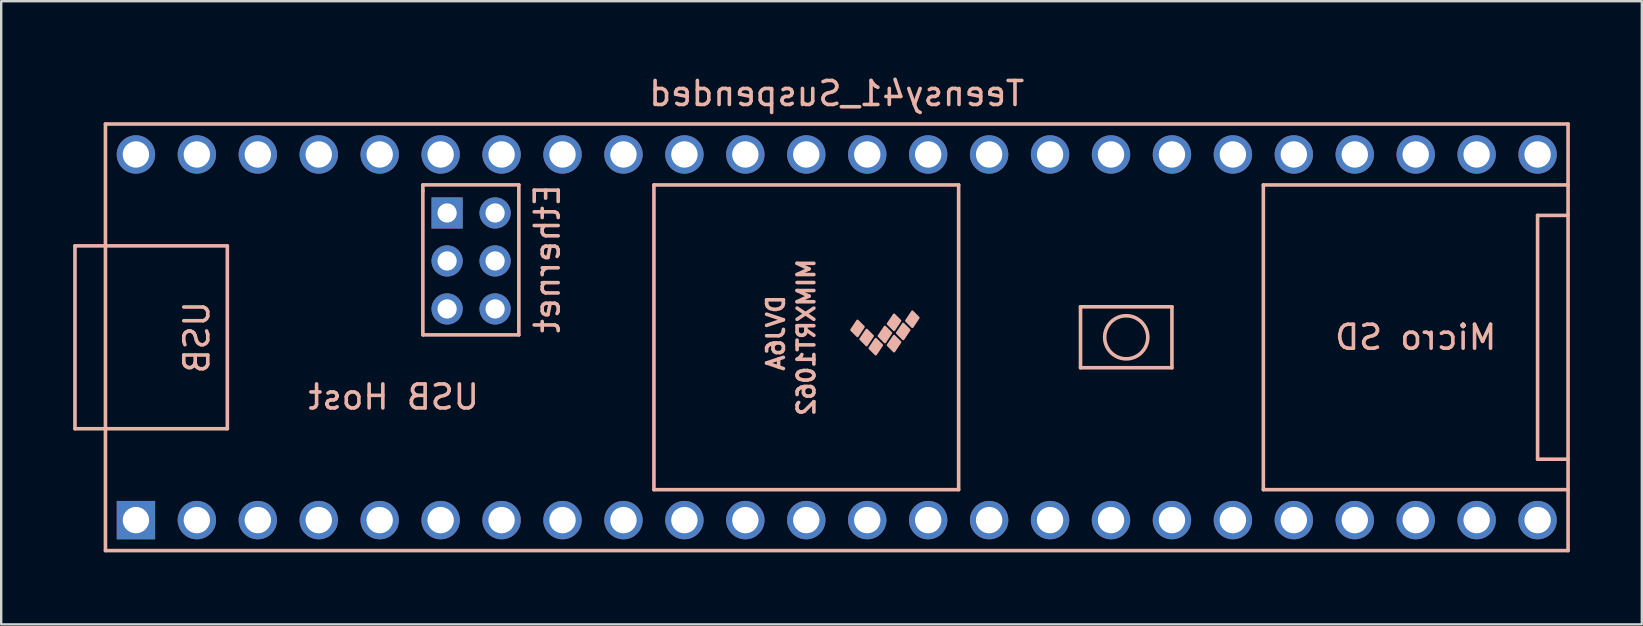
<source format=kicad_pcb>
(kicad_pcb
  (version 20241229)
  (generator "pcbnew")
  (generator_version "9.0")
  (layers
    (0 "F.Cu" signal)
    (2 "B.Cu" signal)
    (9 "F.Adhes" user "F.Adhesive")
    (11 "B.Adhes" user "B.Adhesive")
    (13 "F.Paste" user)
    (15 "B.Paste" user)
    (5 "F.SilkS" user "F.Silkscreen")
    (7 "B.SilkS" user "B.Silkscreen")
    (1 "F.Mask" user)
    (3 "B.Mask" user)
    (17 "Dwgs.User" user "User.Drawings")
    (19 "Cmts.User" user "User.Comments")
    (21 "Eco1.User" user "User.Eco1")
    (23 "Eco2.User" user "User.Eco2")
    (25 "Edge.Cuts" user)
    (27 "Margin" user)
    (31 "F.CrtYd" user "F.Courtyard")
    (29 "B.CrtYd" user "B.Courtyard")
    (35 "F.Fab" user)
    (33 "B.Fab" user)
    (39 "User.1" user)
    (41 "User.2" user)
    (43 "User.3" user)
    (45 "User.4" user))
  (footprint "Teensy41_Suspended"
    (layer "F.Cu")
    (at 31.825 11.008)
    (property "Reference" "Teensy41_Suspended" (at 0 -10.16 0) (layer "B.SilkS") (effects (font (size 1 1) (thickness 0.15)) (justify mirror)))
    (attr through_hole)
    (fp_line (start -31.75 -3.81) (end -30.48 -3.81) (stroke (width 0.15) (type solid)) (layer "B.SilkS"))
    (fp_line (start -31.75 3.81) (end -31.75 -3.81) (stroke (width 0.15) (type solid)) (layer "B.SilkS"))
    (fp_line (start -30.48 -8.89) (end 30.48 -8.89) (stroke (width 0.15) (type solid)) (layer "B.SilkS"))
    (fp_line (start -30.48 3.81) (end -31.75 3.81) (stroke (width 0.15) (type solid)) (layer "B.SilkS"))
    (fp_line (start -30.48 8.89) (end -30.48 -8.89) (stroke (width 0.15) (type solid)) (layer "B.SilkS"))
    (fp_line (start -25.4 -3.81) (end -30.48 -3.81) (stroke (width 0.15) (type solid)) (layer "B.SilkS"))
    (fp_line (start -25.4 3.81) (end -30.48 3.81) (stroke (width 0.15) (type solid)) (layer "B.SilkS"))
    (fp_line (start -25.4 3.81) (end -25.4 -3.81) (stroke (width 0.15) (type solid)) (layer "B.SilkS"))
    (fp_line (start -17.25 -6.352) (end -17.25 -6.102) (stroke (width 0.15) (type solid)) (layer "B.SilkS"))
    (fp_line (start -17.25 -6.102) (end -17.25 -0.102) (stroke (width 0.15) (type solid)) (layer "B.SilkS"))
    (fp_line (start -17.25 -0.102) (end -13.25 -0.102) (stroke (width 0.15) (type solid)) (layer "B.SilkS"))
    (fp_line (start -13.25 -6.352) (end -17.25 -6.352) (stroke (width 0.15) (type solid)) (layer "B.SilkS"))
    (fp_line (start -13.25 -0.102) (end -13.25 -6.352) (stroke (width 0.15) (type solid)) (layer "B.SilkS"))
    (fp_line (start -7.62 -6.35) (end -7.62 6.35) (stroke (width 0.15) (type solid)) (layer "B.SilkS"))
    (fp_line (start -7.62 6.35) (end 5.08 6.35) (stroke (width 0.15) (type solid)) (layer "B.SilkS"))
    (fp_line (start 5.08 -6.35) (end -7.62 -6.35) (stroke (width 0.15) (type solid)) (layer "B.SilkS"))
    (fp_line (start 5.08 6.35) (end 5.08 -6.35) (stroke (width 0.15) (type solid)) (layer "B.SilkS"))
    (fp_line (start 10.16 -1.27) (end 13.97 -1.27) (stroke (width 0.15) (type solid)) (layer "B.SilkS"))
    (fp_line (start 10.16 1.27) (end 10.16 -1.27) (stroke (width 0.15) (type solid)) (layer "B.SilkS"))
    (fp_line (start 13.97 -1.27) (end 13.97 1.27) (stroke (width 0.15) (type solid)) (layer "B.SilkS"))
    (fp_line (start 13.97 1.27) (end 10.16 1.27) (stroke (width 0.15) (type solid)) (layer "B.SilkS"))
    (fp_line (start 17.78 -6.35) (end 17.78 6.35) (stroke (width 0.15) (type solid)) (layer "B.SilkS"))
    (fp_line (start 17.78 6.35) (end 30.48 6.35) (stroke (width 0.15) (type solid)) (layer "B.SilkS"))
    (fp_line (start 29.21 -5.08) (end 29.21 5.08) (stroke (width 0.15) (type solid)) (layer "B.SilkS"))
    (fp_line (start 29.21 5.08) (end 30.48 5.08) (stroke (width 0.15) (type solid)) (layer "B.SilkS"))
    (fp_line (start 30.48 -8.89) (end 30.48 8.89) (stroke (width 0.15) (type solid)) (layer "B.SilkS"))
    (fp_line (start 30.48 -6.35) (end 17.78 -6.35) (stroke (width 0.15) (type solid)) (layer "B.SilkS"))
    (fp_line (start 30.48 -5.08) (end 29.21 -5.08) (stroke (width 0.15) (type solid)) (layer "B.SilkS"))
    (fp_line (start 30.48 8.89) (end -30.48 8.89) (stroke (width 0.15) (type solid)) (layer "B.SilkS"))
    (fp_circle (center 12.065 0) (end 11.43 -0.635) (stroke (width 0.15) (type solid)) (fill no) (layer "B.SilkS"))
    (fp_poly (pts (xy 0.61 -0.307) (xy 0.864 -0.053) (xy 1.118 -0.434) (xy 0.864 -0.688)) (stroke (width 0.1) (type solid)) (fill yes) (layer "B.SilkS"))
    (fp_poly (pts (xy 0.991 0.074) (xy 1.245 0.328) (xy 1.499 -0.053) (xy 1.245 -0.307)) (stroke (width 0.1) (type solid)) (fill yes) (layer "B.SilkS"))
    (fp_poly (pts (xy 1.372 0.455) (xy 1.626 0.709) (xy 1.88 0.328) (xy 1.626 0.074)) (stroke (width 0.1) (type solid)) (fill yes) (layer "B.SilkS"))
    (fp_poly (pts (xy 1.753 -0.053) (xy 2.007 0.201) (xy 2.261 -0.18) (xy 2.007 -0.434)) (stroke (width 0.1) (type solid)) (fill yes) (layer "B.SilkS"))
    (fp_poly (pts (xy 2.134 -0.561) (xy 2.388 -0.307) (xy 2.642 -0.688) (xy 2.388 -0.942)) (stroke (width 0.1) (type solid)) (fill yes) (layer "B.SilkS"))
    (fp_poly (pts (xy 2.134 0.328) (xy 2.388 0.582) (xy 2.642 0.201) (xy 2.388 -0.053)) (stroke (width 0.1) (type solid)) (fill yes) (layer "B.SilkS"))
    (fp_poly (pts (xy 2.515 -0.18) (xy 2.769 0.074) (xy 3.023 -0.307) (xy 2.769 -0.561)) (stroke (width 0.1) (type solid)) (fill yes) (layer "B.SilkS"))
    (fp_poly (pts (xy 2.896 -0.688) (xy 3.15 -0.434) (xy 3.404 -0.815) (xy 3.15 -1.069)) (stroke (width 0.1) (type solid)) (fill yes) (layer "B.SilkS"))
    (fp_text user "Micro SD" (at 24.13 0 0) (layer "B.SilkS") (effects (font (size 1 1) (thickness 0.15)) (justify mirror)))
    (fp_text user "USB" (at -26.67 0 90) (layer "B.SilkS") (effects (font (size 1 1) (thickness 0.15)) (justify mirror)))
    (fp_text user "MIMXRT1062" (at -1.27 0 90) (layer "B.SilkS") (effects (font (size 0.7 0.7) (thickness 0.15)) (justify mirror)))
    (fp_text user "USB Host" (at -18.466 2.489 0) (layer "B.SilkS") (effects (font (size 1 1) (thickness 0.15)) (justify mirror)))
    (fp_text user "DVJ6A" (at -2.54 -0.18 90) (layer "B.SilkS") (effects (font (size 0.7 0.7) (thickness 0.15)) (justify mirror)))
    (fp_text user "Ethernet" (at -12.065 -3.277 90) (layer "B.SilkS") (effects (font (size 1 1) (thickness 0.15)) (justify mirror)))
    (pad "1" thru_hole rect (at -29.21 7.62) (size 1.6 1.6) (drill 1.1) (layers "*.Cu" "*.Mask"))
    (pad "2" thru_hole circle (at -26.67 7.62) (size 1.6 1.6) (drill 1.1) (layers "*.Cu" "*.Mask"))
    (pad "3" thru_hole circle (at -24.13 7.62) (size 1.6 1.6) (drill 1.1) (layers "*.Cu" "*.Mask"))
    (pad "4" thru_hole circle (at -21.59 7.62) (size 1.6 1.6) (drill 1.1) (layers "*.Cu" "*.Mask"))
    (pad "5" thru_hole circle (at -19.05 7.62) (size 1.6 1.6) (drill 1.1) (layers "*.Cu" "*.Mask"))
    (pad "6" thru_hole circle (at -16.51 7.62) (size 1.6 1.6) (drill 1.1) (layers "*.Cu" "*.Mask"))
    (pad "7" thru_hole circle (at -13.97 7.62) (size 1.6 1.6) (drill 1.1) (layers "*.Cu" "*.Mask"))
    (pad "8" thru_hole circle (at -11.43 7.62) (size 1.6 1.6) (drill 1.1) (layers "*.Cu" "*.Mask"))
    (pad "9" thru_hole circle (at -8.89 7.62) (size 1.6 1.6) (drill 1.1) (layers "*.Cu" "*.Mask"))
    (pad "10" thru_hole circle (at -6.35 7.62) (size 1.6 1.6) (drill 1.1) (layers "*.Cu" "*.Mask"))
    (pad "11" thru_hole circle (at -3.81 7.62) (size 1.6 1.6) (drill 1.1) (layers "*.Cu" "*.Mask"))
    (pad "12" thru_hole circle (at -1.27 7.62) (size 1.6 1.6) (drill 1.1) (layers "*.Cu" "*.Mask"))
    (pad "13" thru_hole circle (at 1.27 7.62) (size 1.6 1.6) (drill 1.1) (layers "*.Cu" "*.Mask"))
    (pad "14" thru_hole circle (at 3.81 7.62) (size 1.6 1.6) (drill 1.1) (layers "*.Cu" "*.Mask"))
    (pad "15" thru_hole circle (at 6.35 7.62) (size 1.6 1.6) (drill 1.1) (layers "*.Cu" "*.Mask"))
    (pad "16" thru_hole circle (at 8.89 7.62) (size 1.6 1.6) (drill 1.1) (layers "*.Cu" "*.Mask"))
    (pad "17" thru_hole circle (at 11.43 7.62) (size 1.6 1.6) (drill 1.1) (layers "*.Cu" "*.Mask"))
    (pad "18" thru_hole circle (at 13.97 7.62) (size 1.6 1.6) (drill 1.1) (layers "*.Cu" "*.Mask"))
    (pad "19" thru_hole circle (at 16.51 7.62) (size 1.6 1.6) (drill 1.1) (layers "*.Cu" "*.Mask"))
    (pad "20" thru_hole circle (at 19.05 7.62) (size 1.6 1.6) (drill 1.1) (layers "*.Cu" "*.Mask"))
    (pad "21" thru_hole circle (at 21.59 7.62) (size 1.6 1.6) (drill 1.1) (layers "*.Cu" "*.Mask"))
    (pad "22" thru_hole circle (at 24.13 7.62) (size 1.6 1.6) (drill 1.1) (layers "*.Cu" "*.Mask"))
    (pad "23" thru_hole circle (at 26.67 7.62) (size 1.6 1.6) (drill 1.1) (layers "*.Cu" "*.Mask"))
    (pad "24" thru_hole circle (at 29.21 7.62) (size 1.6 1.6) (drill 1.1) (layers "*.Cu" "*.Mask"))
    (pad "25" thru_hole circle (at 29.21 -7.62) (size 1.6 1.6) (drill 1.1) (layers "*.Cu" "*.Mask"))
    (pad "26" thru_hole circle (at 26.67 -7.62) (size 1.6 1.6) (drill 1.1) (layers "*.Cu" "*.Mask"))
    (pad "27" thru_hole circle (at 24.13 -7.62) (size 1.6 1.6) (drill 1.1) (layers "*.Cu" "*.Mask"))
    (pad "28" thru_hole circle (at 21.59 -7.62) (size 1.6 1.6) (drill 1.1) (layers "*.Cu" "*.Mask"))
    (pad "29" thru_hole circle (at 19.05 -7.62) (size 1.6 1.6) (drill 1.1) (layers "*.Cu" "*.Mask"))
    (pad "30" thru_hole circle (at 16.51 -7.62) (size 1.6 1.6) (drill 1.1) (layers "*.Cu" "*.Mask"))
    (pad "31" thru_hole circle (at 13.97 -7.62) (size 1.6 1.6) (drill 1.1) (layers "*.Cu" "*.Mask"))
    (pad "32" thru_hole circle (at 11.43 -7.62) (size 1.6 1.6) (drill 1.1) (layers "*.Cu" "*.Mask"))
    (pad "33" thru_hole circle (at 8.89 -7.62) (size 1.6 1.6) (drill 1.1) (layers "*.Cu" "*.Mask"))
    (pad "34" thru_hole circle (at 6.35 -7.62) (size 1.6 1.6) (drill 1.1) (layers "*.Cu" "*.Mask"))
    (pad "35" thru_hole circle (at 3.81 -7.62) (size 1.6 1.6) (drill 1.1) (layers "*.Cu" "*.Mask"))
    (pad "36" thru_hole circle (at 1.27 -7.62) (size 1.6 1.6) (drill 1.1) (layers "*.Cu" "*.Mask"))
    (pad "37" thru_hole circle (at -1.27 -7.62) (size 1.6 1.6) (drill 1.1) (layers "*.Cu" "*.Mask"))
    (pad "38" thru_hole circle (at -3.81 -7.62) (size 1.6 1.6) (drill 1.1) (layers "*.Cu" "*.Mask"))
    (pad "39" thru_hole circle (at -6.35 -7.62) (size 1.6 1.6) (drill 1.1) (layers "*.Cu" "*.Mask"))
    (pad "40" thru_hole circle (at -8.89 -7.62) (size 1.6 1.6) (drill 1.1) (layers "*.Cu" "*.Mask"))
    (pad "41" thru_hole circle (at -11.43 -7.62) (size 1.6 1.6) (drill 1.1) (layers "*.Cu" "*.Mask"))
    (pad "42" thru_hole circle (at -13.97 -7.62) (size 1.6 1.6) (drill 1.1) (layers "*.Cu" "*.Mask"))
    (pad "43" thru_hole circle (at -16.51 -7.62) (size 1.6 1.6) (drill 1.1) (layers "*.Cu" "*.Mask"))
    (pad "44" thru_hole circle (at -19.05 -7.62) (size 1.6 1.6) (drill 1.1) (layers "*.Cu" "*.Mask"))
    (pad "45" thru_hole circle (at -21.59 -7.62) (size 1.6 1.6) (drill 1.1) (layers "*.Cu" "*.Mask"))
    (pad "46" thru_hole circle (at -24.13 -7.62) (size 1.6 1.6) (drill 1.1) (layers "*.Cu" "*.Mask"))
    (pad "47" thru_hole circle (at -26.67 -7.62) (size 1.6 1.6) (drill 1.1) (layers "*.Cu" "*.Mask"))
    (pad "48" thru_hole circle (at -29.21 -7.62) (size 1.6 1.6) (drill 1.1) (layers "*.Cu" "*.Mask"))
    (pad "60" thru_hole rect (at -16.24 -5.182) (size 1.3 1.3) (drill 0.8) (layers "*.Cu" "*.Mask"))
    (pad "61" thru_hole circle (at -16.24 -3.182) (size 1.3 1.3) (drill 0.8) (layers "*.Cu" "*.Mask"))
    (pad "62" thru_hole circle (at -16.24 -1.182) (size 1.3 1.3) (drill 0.8) (layers "*.Cu" "*.Mask"))
    (pad "63" thru_hole circle (at -14.24 -1.182) (size 1.3 1.3) (drill 0.8) (layers "*.Cu" "*.Mask"))
    (pad "64" thru_hole circle (at -14.24 -3.182) (size 1.3 1.3) (drill 0.8) (layers "*.Cu" "*.Mask"))
    (pad "65" thru_hole circle (at -14.24 -5.182) (size 1.3 1.3) (drill 0.8) (layers "*.Cu" "*.Mask")))
  (gr_rect
    (start -3 -3)
    (end 65.38 22.973)
    (stroke (width 0.1) (type default))
    (fill no)
    (layer "Edge.Cuts")))
</source>
